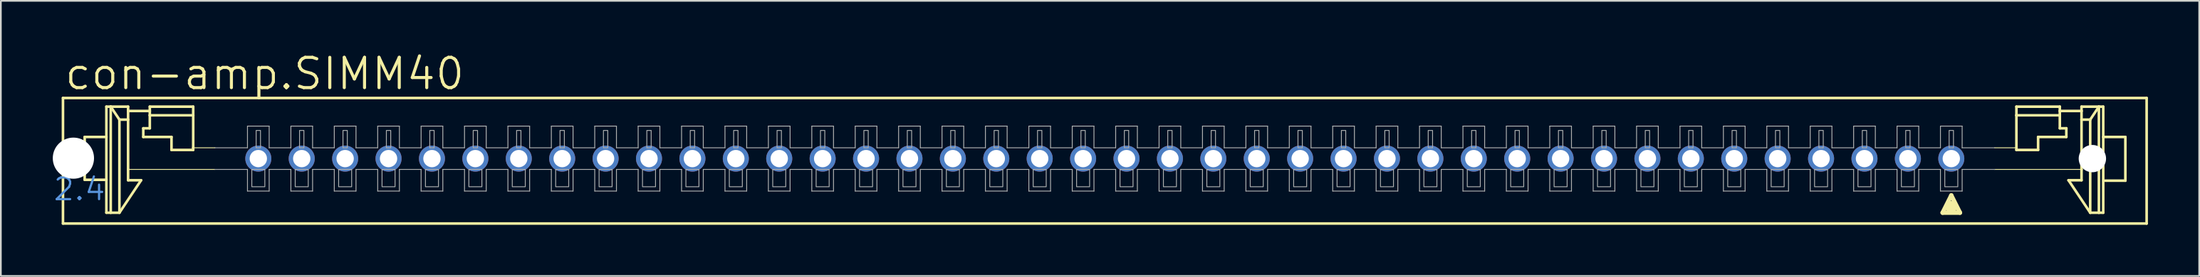
<source format=kicad_pcb>
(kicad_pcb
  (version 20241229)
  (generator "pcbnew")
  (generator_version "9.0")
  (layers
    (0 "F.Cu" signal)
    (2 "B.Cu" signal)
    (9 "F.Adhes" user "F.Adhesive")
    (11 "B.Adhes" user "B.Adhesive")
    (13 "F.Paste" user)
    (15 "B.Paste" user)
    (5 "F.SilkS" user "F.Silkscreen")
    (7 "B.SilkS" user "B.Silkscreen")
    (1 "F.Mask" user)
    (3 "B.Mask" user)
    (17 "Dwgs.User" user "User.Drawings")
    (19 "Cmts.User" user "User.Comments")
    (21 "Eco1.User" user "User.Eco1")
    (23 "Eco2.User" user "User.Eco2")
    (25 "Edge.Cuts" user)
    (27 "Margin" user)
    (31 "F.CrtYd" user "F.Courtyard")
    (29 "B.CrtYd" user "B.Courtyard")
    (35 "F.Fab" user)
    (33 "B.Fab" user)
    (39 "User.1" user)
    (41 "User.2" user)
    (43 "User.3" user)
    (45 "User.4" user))
  (footprint "con-amp.SIMM40"
    (layer "F.Cu")
    (at 61.595 6.255)
    (property "Reference" "con-amp.SIMM40" (at -60.96 -3.937 0) (layer "F.SilkS") (effects (font (size 1.778 1.778) (thickness 0.18)) (justify left bottom)))
    (attr through_hole)
    (fp_line (start -60.96 -3.556) (end -60.96 3.81) (stroke (width 0.152) (type default)) (layer "F.SilkS"))
    (fp_line (start -60.96 3.81) (end 60.96 3.81) (stroke (width 0.152) (type default)) (layer "F.SilkS"))
    (fp_line (start -59.69 -1.27) (end -59.69 1.245) (stroke (width 0.152) (type default)) (layer "F.SilkS"))
    (fp_line (start -59.69 1.245) (end -58.42 1.245) (stroke (width 0.152) (type default)) (layer "F.SilkS"))
    (fp_line (start -58.42 -3.048) (end -58.42 3.175) (stroke (width 0.152) (type default)) (layer "F.SilkS"))
    (fp_line (start -58.42 -3.048) (end -58.166 -3.048) (stroke (width 0.152) (type default)) (layer "F.SilkS"))
    (fp_line (start -58.42 -1.27) (end -59.69 -1.27) (stroke (width 0.152) (type default)) (layer "F.SilkS"))
    (fp_line (start -58.166 -3.048) (end -58.166 3.175) (stroke (width 0.152) (type default)) (layer "F.SilkS"))
    (fp_line (start -58.166 -3.048) (end -57.658 -2.286) (stroke (width 0.152) (type default)) (layer "F.SilkS"))
    (fp_line (start -58.166 -3.048) (end -57.15 -3.048) (stroke (width 0.152) (type default)) (layer "F.SilkS"))
    (fp_line (start -58.166 3.175) (end -58.42 3.175) (stroke (width 0.152) (type default)) (layer "F.SilkS"))
    (fp_line (start -57.658 3.175) (end -58.166 3.175) (stroke (width 0.152) (type default)) (layer "F.SilkS"))
    (fp_line (start -57.658 3.175) (end -57.658 -2.286) (stroke (width 0.152) (type default)) (layer "F.SilkS"))
    (fp_line (start -57.15 -3.048) (end -57.15 -2.794) (stroke (width 0.152) (type default)) (layer "F.SilkS"))
    (fp_line (start -57.15 -2.794) (end -57.15 -2.286) (stroke (width 0.152) (type default)) (layer "F.SilkS"))
    (fp_line (start -57.15 -2.794) (end -55.88 -2.794) (stroke (width 0.152) (type default)) (layer "F.SilkS"))
    (fp_line (start -57.15 -2.286) (end -57.658 -2.286) (stroke (width 0.152) (type default)) (layer "F.SilkS"))
    (fp_line (start -57.15 0.635) (end -57.15 -2.286) (stroke (width 0.152) (type default)) (layer "F.SilkS"))
    (fp_line (start -57.15 1.27) (end -57.15 0.635) (stroke (width 0.152) (type default)) (layer "F.SilkS"))
    (fp_line (start -57.15 1.27) (end -56.388 1.27) (stroke (width 0.152) (type default)) (layer "F.SilkS"))
    (fp_line (start -56.388 1.27) (end -57.658 3.175) (stroke (width 0.152) (type default)) (layer "F.SilkS"))
    (fp_line (start -56.261 -1.778) (end -55.88 -1.778) (stroke (width 0.152) (type default)) (layer "F.SilkS"))
    (fp_line (start -56.261 -1.27) (end -56.261 -1.778) (stroke (width 0.152) (type default)) (layer "F.SilkS"))
    (fp_line (start -55.88 -3.048) (end -53.34 -3.048) (stroke (width 0.152) (type default)) (layer "F.SilkS"))
    (fp_line (start -55.88 -2.794) (end -55.88 -3.048) (stroke (width 0.152) (type default)) (layer "F.SilkS"))
    (fp_line (start -55.88 -2.54) (end -55.88 -2.794) (stroke (width 0.152) (type default)) (layer "F.SilkS"))
    (fp_line (start -55.88 -2.54) (end -53.34 -2.54) (stroke (width 0.152) (type default)) (layer "F.SilkS"))
    (fp_line (start -55.88 -1.778) (end -55.88 -2.54) (stroke (width 0.152) (type default)) (layer "F.SilkS"))
    (fp_line (start -54.61 -1.27) (end -56.261 -1.27) (stroke (width 0.152) (type default)) (layer "F.SilkS"))
    (fp_line (start -54.61 -0.508) (end -54.61 -1.27) (stroke (width 0.152) (type default)) (layer "F.SilkS"))
    (fp_line (start -53.34 -3.048) (end -53.34 -2.54) (stroke (width 0.152) (type default)) (layer "F.SilkS"))
    (fp_line (start -53.34 -2.54) (end -53.34 -0.635) (stroke (width 0.152) (type default)) (layer "F.SilkS"))
    (fp_line (start -53.34 -0.635) (end -53.34 -0.508) (stroke (width 0.152) (type default)) (layer "F.SilkS"))
    (fp_line (start -53.34 -0.508) (end -54.61 -0.508) (stroke (width 0.152) (type default)) (layer "F.SilkS"))
    (fp_line (start -52.07 -0.635) (end -53.34 -0.635) (stroke (width 0.051) (type default)) (layer "F.SilkS"))
    (fp_line (start -52.07 0.635) (end -57.15 0.635) (stroke (width 0.051) (type default)) (layer "F.SilkS"))
    (fp_line (start 49.022 3.175) (end 50.038 3.175) (stroke (width 0.254) (type default)) (layer "F.SilkS"))
    (fp_line (start 49.53 2.159) (end 49.022 3.175) (stroke (width 0.254) (type default)) (layer "F.SilkS"))
    (fp_line (start 49.53 2.794) (end 49.53 2.921) (stroke (width 0.61) (type default)) (layer "F.SilkS"))
    (fp_line (start 50.038 3.175) (end 49.53 2.159) (stroke (width 0.254) (type default)) (layer "F.SilkS"))
    (fp_line (start 52.07 0.635) (end 57.15 0.635) (stroke (width 0.051) (type default)) (layer "F.SilkS"))
    (fp_line (start 53.34 -3.048) (end 53.34 -2.54) (stroke (width 0.152) (type default)) (layer "F.SilkS"))
    (fp_line (start 53.34 -2.54) (end 53.34 -0.635) (stroke (width 0.152) (type default)) (layer "F.SilkS"))
    (fp_line (start 53.34 -0.635) (end 52.07 -0.635) (stroke (width 0.051) (type default)) (layer "F.SilkS"))
    (fp_line (start 53.34 -0.635) (end 53.34 -0.508) (stroke (width 0.152) (type default)) (layer "F.SilkS"))
    (fp_line (start 53.34 -0.508) (end 54.61 -0.508) (stroke (width 0.152) (type default)) (layer "F.SilkS"))
    (fp_line (start 54.61 -1.27) (end 56.261 -1.27) (stroke (width 0.152) (type default)) (layer "F.SilkS"))
    (fp_line (start 54.61 -0.508) (end 54.61 -1.27) (stroke (width 0.152) (type default)) (layer "F.SilkS"))
    (fp_line (start 55.88 -3.048) (end 53.34 -3.048) (stroke (width 0.152) (type default)) (layer "F.SilkS"))
    (fp_line (start 55.88 -2.794) (end 55.88 -3.048) (stroke (width 0.152) (type default)) (layer "F.SilkS"))
    (fp_line (start 55.88 -2.54) (end 53.34 -2.54) (stroke (width 0.152) (type default)) (layer "F.SilkS"))
    (fp_line (start 55.88 -2.54) (end 55.88 -2.794) (stroke (width 0.152) (type default)) (layer "F.SilkS"))
    (fp_line (start 55.88 -1.778) (end 55.88 -2.54) (stroke (width 0.152) (type default)) (layer "F.SilkS"))
    (fp_line (start 56.261 -1.778) (end 55.88 -1.778) (stroke (width 0.152) (type default)) (layer "F.SilkS"))
    (fp_line (start 56.261 -1.27) (end 56.261 -1.778) (stroke (width 0.152) (type default)) (layer "F.SilkS"))
    (fp_line (start 56.388 1.27) (end 57.658 3.175) (stroke (width 0.152) (type default)) (layer "F.SilkS"))
    (fp_line (start 57.15 -3.048) (end 57.15 -2.794) (stroke (width 0.152) (type default)) (layer "F.SilkS"))
    (fp_line (start 57.15 -2.794) (end 55.88 -2.794) (stroke (width 0.152) (type default)) (layer "F.SilkS"))
    (fp_line (start 57.15 -2.794) (end 57.15 -2.286) (stroke (width 0.152) (type default)) (layer "F.SilkS"))
    (fp_line (start 57.15 -2.286) (end 57.15 0.635) (stroke (width 0.152) (type default)) (layer "F.SilkS"))
    (fp_line (start 57.15 -2.286) (end 57.658 -2.286) (stroke (width 0.152) (type default)) (layer "F.SilkS"))
    (fp_line (start 57.15 0.635) (end 57.15 1.27) (stroke (width 0.152) (type default)) (layer "F.SilkS"))
    (fp_line (start 57.15 1.27) (end 56.388 1.27) (stroke (width 0.152) (type default)) (layer "F.SilkS"))
    (fp_line (start 57.658 3.175) (end 57.658 -2.286) (stroke (width 0.152) (type default)) (layer "F.SilkS"))
    (fp_line (start 57.658 3.175) (end 58.166 3.175) (stroke (width 0.152) (type default)) (layer "F.SilkS"))
    (fp_line (start 58.166 -3.048) (end 57.15 -3.048) (stroke (width 0.152) (type default)) (layer "F.SilkS"))
    (fp_line (start 58.166 -3.048) (end 57.658 -2.286) (stroke (width 0.152) (type default)) (layer "F.SilkS"))
    (fp_line (start 58.166 -3.048) (end 58.166 3.175) (stroke (width 0.152) (type default)) (layer "F.SilkS"))
    (fp_line (start 58.166 3.175) (end 58.42 3.175) (stroke (width 0.152) (type default)) (layer "F.SilkS"))
    (fp_line (start 58.42 -3.048) (end 58.166 -3.048) (stroke (width 0.152) (type default)) (layer "F.SilkS"))
    (fp_line (start 58.42 -3.048) (end 58.42 3.175) (stroke (width 0.152) (type default)) (layer "F.SilkS"))
    (fp_line (start 58.42 -1.27) (end 59.715 -1.27) (stroke (width 0.152) (type default)) (layer "F.SilkS"))
    (fp_line (start 59.715 -1.27) (end 59.715 1.295) (stroke (width 0.152) (type default)) (layer "F.SilkS"))
    (fp_line (start 59.715 1.295) (end 58.522 1.295) (stroke (width 0.152) (type default)) (layer "F.SilkS"))
    (fp_line (start 60.96 -3.556) (end -60.96 -3.556) (stroke (width 0.152) (type default)) (layer "F.SilkS"))
    (fp_line (start 60.96 3.81) (end 60.96 -3.556) (stroke (width 0.152) (type default)) (layer "F.SilkS"))
    (fp_line (start -50.165 -0.635) (end -52.07 -0.635) (stroke (width 0.051) (type default)) (layer "F.Fab"))
    (fp_line (start -50.165 -0.635) (end -50.165 -1.905) (stroke (width 0.051) (type default)) (layer "F.Fab"))
    (fp_line (start -50.165 0.635) (end -52.07 0.635) (stroke (width 0.051) (type default)) (layer "F.Fab"))
    (fp_line (start -50.165 0.635) (end -50.165 1.905) (stroke (width 0.051) (type default)) (layer "F.Fab"))
    (fp_line (start -48.895 -1.905) (end -50.165 -1.905) (stroke (width 0.051) (type default)) (layer "F.Fab"))
    (fp_line (start -48.895 -1.905) (end -48.895 -0.635) (stroke (width 0.051) (type default)) (layer "F.Fab"))
    (fp_line (start -48.895 1.905) (end -50.165 1.905) (stroke (width 0.051) (type default)) (layer "F.Fab"))
    (fp_line (start -48.895 1.905) (end -48.895 0.635) (stroke (width 0.051) (type default)) (layer "F.Fab"))
    (fp_line (start -47.625 -0.635) (end -48.895 -0.635) (stroke (width 0.051) (type default)) (layer "F.Fab"))
    (fp_line (start -47.625 -0.635) (end -47.625 -1.905) (stroke (width 0.051) (type default)) (layer "F.Fab"))
    (fp_line (start -47.625 0.635) (end -48.895 0.635) (stroke (width 0.051) (type default)) (layer "F.Fab"))
    (fp_line (start -47.625 0.635) (end -47.625 1.905) (stroke (width 0.051) (type default)) (layer "F.Fab"))
    (fp_line (start -46.355 -1.905) (end -47.625 -1.905) (stroke (width 0.051) (type default)) (layer "F.Fab"))
    (fp_line (start -46.355 -1.905) (end -46.355 -0.635) (stroke (width 0.051) (type default)) (layer "F.Fab"))
    (fp_line (start -46.355 1.905) (end -47.625 1.905) (stroke (width 0.051) (type default)) (layer "F.Fab"))
    (fp_line (start -46.355 1.905) (end -46.355 0.635) (stroke (width 0.051) (type default)) (layer "F.Fab"))
    (fp_line (start -45.085 -0.635) (end -46.355 -0.635) (stroke (width 0.051) (type default)) (layer "F.Fab"))
    (fp_line (start -45.085 -0.635) (end -45.085 -1.905) (stroke (width 0.051) (type default)) (layer "F.Fab"))
    (fp_line (start -45.085 0.635) (end -46.355 0.635) (stroke (width 0.051) (type default)) (layer "F.Fab"))
    (fp_line (start -45.085 0.635) (end -45.085 1.905) (stroke (width 0.051) (type default)) (layer "F.Fab"))
    (fp_line (start -43.815 -1.905) (end -45.085 -1.905) (stroke (width 0.051) (type default)) (layer "F.Fab"))
    (fp_line (start -43.815 -1.905) (end -43.815 -0.635) (stroke (width 0.051) (type default)) (layer "F.Fab"))
    (fp_line (start -43.815 1.905) (end -45.085 1.905) (stroke (width 0.051) (type default)) (layer "F.Fab"))
    (fp_line (start -43.815 1.905) (end -43.815 0.635) (stroke (width 0.051) (type default)) (layer "F.Fab"))
    (fp_line (start -42.545 -0.635) (end -43.815 -0.635) (stroke (width 0.051) (type default)) (layer "F.Fab"))
    (fp_line (start -42.545 -0.635) (end -42.545 -1.905) (stroke (width 0.051) (type default)) (layer "F.Fab"))
    (fp_line (start -42.545 0.635) (end -43.815 0.635) (stroke (width 0.051) (type default)) (layer "F.Fab"))
    (fp_line (start -42.545 0.635) (end -42.545 1.905) (stroke (width 0.051) (type default)) (layer "F.Fab"))
    (fp_line (start -41.275 -1.905) (end -42.545 -1.905) (stroke (width 0.051) (type default)) (layer "F.Fab"))
    (fp_line (start -41.275 -1.905) (end -41.275 -0.635) (stroke (width 0.051) (type default)) (layer "F.Fab"))
    (fp_line (start -41.275 1.905) (end -42.545 1.905) (stroke (width 0.051) (type default)) (layer "F.Fab"))
    (fp_line (start -41.275 1.905) (end -41.275 0.635) (stroke (width 0.051) (type default)) (layer "F.Fab"))
    (fp_line (start -40.005 -0.635) (end -41.275 -0.635) (stroke (width 0.051) (type default)) (layer "F.Fab"))
    (fp_line (start -40.005 -0.635) (end -40.005 -1.905) (stroke (width 0.051) (type default)) (layer "F.Fab"))
    (fp_line (start -40.005 0.635) (end -41.275 0.635) (stroke (width 0.051) (type default)) (layer "F.Fab"))
    (fp_line (start -40.005 0.635) (end -40.005 1.905) (stroke (width 0.051) (type default)) (layer "F.Fab"))
    (fp_line (start -38.735 -1.905) (end -40.005 -1.905) (stroke (width 0.051) (type default)) (layer "F.Fab"))
    (fp_line (start -38.735 -1.905) (end -38.735 -0.635) (stroke (width 0.051) (type default)) (layer "F.Fab"))
    (fp_line (start -38.735 1.905) (end -40.005 1.905) (stroke (width 0.051) (type default)) (layer "F.Fab"))
    (fp_line (start -38.735 1.905) (end -38.735 0.635) (stroke (width 0.051) (type default)) (layer "F.Fab"))
    (fp_line (start -37.465 -0.635) (end -38.735 -0.635) (stroke (width 0.051) (type default)) (layer "F.Fab"))
    (fp_line (start -37.465 -0.635) (end -37.465 -1.905) (stroke (width 0.051) (type default)) (layer "F.Fab"))
    (fp_line (start -37.465 0.635) (end -38.735 0.635) (stroke (width 0.051) (type default)) (layer "F.Fab"))
    (fp_line (start -37.465 0.635) (end -37.465 1.905) (stroke (width 0.051) (type default)) (layer "F.Fab"))
    (fp_line (start -36.195 -1.905) (end -37.465 -1.905) (stroke (width 0.051) (type default)) (layer "F.Fab"))
    (fp_line (start -36.195 -1.905) (end -36.195 -0.635) (stroke (width 0.051) (type default)) (layer "F.Fab"))
    (fp_line (start -36.195 1.905) (end -37.465 1.905) (stroke (width 0.051) (type default)) (layer "F.Fab"))
    (fp_line (start -36.195 1.905) (end -36.195 0.635) (stroke (width 0.051) (type default)) (layer "F.Fab"))
    (fp_line (start -34.925 -0.635) (end -36.195 -0.635) (stroke (width 0.051) (type default)) (layer "F.Fab"))
    (fp_line (start -34.925 -0.635) (end -34.925 -1.905) (stroke (width 0.051) (type default)) (layer "F.Fab"))
    (fp_line (start -34.925 0.635) (end -36.195 0.635) (stroke (width 0.051) (type default)) (layer "F.Fab"))
    (fp_line (start -34.925 0.635) (end -34.925 1.905) (stroke (width 0.051) (type default)) (layer "F.Fab"))
    (fp_line (start -33.655 -1.905) (end -34.925 -1.905) (stroke (width 0.051) (type default)) (layer "F.Fab"))
    (fp_line (start -33.655 -1.905) (end -33.655 -0.635) (stroke (width 0.051) (type default)) (layer "F.Fab"))
    (fp_line (start -33.655 1.905) (end -34.925 1.905) (stroke (width 0.051) (type default)) (layer "F.Fab"))
    (fp_line (start -33.655 1.905) (end -33.655 0.635) (stroke (width 0.051) (type default)) (layer "F.Fab"))
    (fp_line (start -32.385 -0.635) (end -33.655 -0.635) (stroke (width 0.051) (type default)) (layer "F.Fab"))
    (fp_line (start -32.385 -0.635) (end -32.385 -1.905) (stroke (width 0.051) (type default)) (layer "F.Fab"))
    (fp_line (start -32.385 0.635) (end -33.655 0.635) (stroke (width 0.051) (type default)) (layer "F.Fab"))
    (fp_line (start -32.385 0.635) (end -32.385 1.905) (stroke (width 0.051) (type default)) (layer "F.Fab"))
    (fp_line (start -31.115 -1.905) (end -32.385 -1.905) (stroke (width 0.051) (type default)) (layer "F.Fab"))
    (fp_line (start -31.115 -1.905) (end -31.115 -0.635) (stroke (width 0.051) (type default)) (layer "F.Fab"))
    (fp_line (start -31.115 1.905) (end -32.385 1.905) (stroke (width 0.051) (type default)) (layer "F.Fab"))
    (fp_line (start -31.115 1.905) (end -31.115 0.635) (stroke (width 0.051) (type default)) (layer "F.Fab"))
    (fp_line (start -29.845 -0.635) (end -31.115 -0.635) (stroke (width 0.051) (type default)) (layer "F.Fab"))
    (fp_line (start -29.845 -0.635) (end -29.845 -1.905) (stroke (width 0.051) (type default)) (layer "F.Fab"))
    (fp_line (start -29.845 0.635) (end -31.115 0.635) (stroke (width 0.051) (type default)) (layer "F.Fab"))
    (fp_line (start -29.845 0.635) (end -29.845 1.905) (stroke (width 0.051) (type default)) (layer "F.Fab"))
    (fp_line (start -28.575 -1.905) (end -29.845 -1.905) (stroke (width 0.051) (type default)) (layer "F.Fab"))
    (fp_line (start -28.575 -1.905) (end -28.575 -0.635) (stroke (width 0.051) (type default)) (layer "F.Fab"))
    (fp_line (start -28.575 1.905) (end -29.845 1.905) (stroke (width 0.051) (type default)) (layer "F.Fab"))
    (fp_line (start -28.575 1.905) (end -28.575 0.635) (stroke (width 0.051) (type default)) (layer "F.Fab"))
    (fp_line (start -27.305 -0.635) (end -28.575 -0.635) (stroke (width 0.051) (type default)) (layer "F.Fab"))
    (fp_line (start -27.305 -0.635) (end -27.305 -1.905) (stroke (width 0.051) (type default)) (layer "F.Fab"))
    (fp_line (start -27.305 0.635) (end -28.575 0.635) (stroke (width 0.051) (type default)) (layer "F.Fab"))
    (fp_line (start -27.305 0.635) (end -27.305 1.905) (stroke (width 0.051) (type default)) (layer "F.Fab"))
    (fp_line (start -26.035 -1.905) (end -27.305 -1.905) (stroke (width 0.051) (type default)) (layer "F.Fab"))
    (fp_line (start -26.035 -1.905) (end -26.035 -0.635) (stroke (width 0.051) (type default)) (layer "F.Fab"))
    (fp_line (start -26.035 1.905) (end -27.305 1.905) (stroke (width 0.051) (type default)) (layer "F.Fab"))
    (fp_line (start -26.035 1.905) (end -26.035 0.635) (stroke (width 0.051) (type default)) (layer "F.Fab"))
    (fp_line (start -24.765 -0.635) (end -26.035 -0.635) (stroke (width 0.051) (type default)) (layer "F.Fab"))
    (fp_line (start -24.765 -0.635) (end -24.765 -1.905) (stroke (width 0.051) (type default)) (layer "F.Fab"))
    (fp_line (start -24.765 0.635) (end -26.035 0.635) (stroke (width 0.051) (type default)) (layer "F.Fab"))
    (fp_line (start -24.765 0.635) (end -24.765 1.905) (stroke (width 0.051) (type default)) (layer "F.Fab"))
    (fp_line (start -23.495 -1.905) (end -24.765 -1.905) (stroke (width 0.051) (type default)) (layer "F.Fab"))
    (fp_line (start -23.495 -1.905) (end -23.495 -0.635) (stroke (width 0.051) (type default)) (layer "F.Fab"))
    (fp_line (start -23.495 1.905) (end -24.765 1.905) (stroke (width 0.051) (type default)) (layer "F.Fab"))
    (fp_line (start -23.495 1.905) (end -23.495 0.635) (stroke (width 0.051) (type default)) (layer "F.Fab"))
    (fp_line (start -22.225 -0.635) (end -23.495 -0.635) (stroke (width 0.051) (type default)) (layer "F.Fab"))
    (fp_line (start -22.225 -0.635) (end -22.225 -1.905) (stroke (width 0.051) (type default)) (layer "F.Fab"))
    (fp_line (start -22.225 0.635) (end -23.495 0.635) (stroke (width 0.051) (type default)) (layer "F.Fab"))
    (fp_line (start -22.225 0.635) (end -22.225 1.905) (stroke (width 0.051) (type default)) (layer "F.Fab"))
    (fp_line (start -20.955 -1.905) (end -22.225 -1.905) (stroke (width 0.051) (type default)) (layer "F.Fab"))
    (fp_line (start -20.955 -1.905) (end -20.955 -0.635) (stroke (width 0.051) (type default)) (layer "F.Fab"))
    (fp_line (start -20.955 1.905) (end -22.225 1.905) (stroke (width 0.051) (type default)) (layer "F.Fab"))
    (fp_line (start -20.955 1.905) (end -20.955 0.635) (stroke (width 0.051) (type default)) (layer "F.Fab"))
    (fp_line (start -19.685 -0.635) (end -20.955 -0.635) (stroke (width 0.051) (type default)) (layer "F.Fab"))
    (fp_line (start -19.685 -0.635) (end -19.685 -1.905) (stroke (width 0.051) (type default)) (layer "F.Fab"))
    (fp_line (start -19.685 0.635) (end -20.955 0.635) (stroke (width 0.051) (type default)) (layer "F.Fab"))
    (fp_line (start -19.685 0.635) (end -19.685 1.905) (stroke (width 0.051) (type default)) (layer "F.Fab"))
    (fp_line (start -18.415 -1.905) (end -19.685 -1.905) (stroke (width 0.051) (type default)) (layer "F.Fab"))
    (fp_line (start -18.415 -1.905) (end -18.415 -0.635) (stroke (width 0.051) (type default)) (layer "F.Fab"))
    (fp_line (start -18.415 1.905) (end -19.685 1.905) (stroke (width 0.051) (type default)) (layer "F.Fab"))
    (fp_line (start -18.415 1.905) (end -18.415 0.635) (stroke (width 0.051) (type default)) (layer "F.Fab"))
    (fp_line (start -17.145 -0.635) (end -18.415 -0.635) (stroke (width 0.051) (type default)) (layer "F.Fab"))
    (fp_line (start -17.145 -0.635) (end -17.145 -1.905) (stroke (width 0.051) (type default)) (layer "F.Fab"))
    (fp_line (start -17.145 0.635) (end -18.415 0.635) (stroke (width 0.051) (type default)) (layer "F.Fab"))
    (fp_line (start -17.145 0.635) (end -17.145 1.905) (stroke (width 0.051) (type default)) (layer "F.Fab"))
    (fp_line (start -15.875 -1.905) (end -17.145 -1.905) (stroke (width 0.051) (type default)) (layer "F.Fab"))
    (fp_line (start -15.875 -1.905) (end -15.875 -0.635) (stroke (width 0.051) (type default)) (layer "F.Fab"))
    (fp_line (start -15.875 1.905) (end -17.145 1.905) (stroke (width 0.051) (type default)) (layer "F.Fab"))
    (fp_line (start -15.875 1.905) (end -15.875 0.635) (stroke (width 0.051) (type default)) (layer "F.Fab"))
    (fp_line (start -14.605 -0.635) (end -15.875 -0.635) (stroke (width 0.051) (type default)) (layer "F.Fab"))
    (fp_line (start -14.605 -0.635) (end -14.605 -1.905) (stroke (width 0.051) (type default)) (layer "F.Fab"))
    (fp_line (start -14.605 0.635) (end -15.875 0.635) (stroke (width 0.051) (type default)) (layer "F.Fab"))
    (fp_line (start -14.605 0.635) (end -14.605 1.905) (stroke (width 0.051) (type default)) (layer "F.Fab"))
    (fp_line (start -13.335 -1.905) (end -14.605 -1.905) (stroke (width 0.051) (type default)) (layer "F.Fab"))
    (fp_line (start -13.335 -1.905) (end -13.335 -0.635) (stroke (width 0.051) (type default)) (layer "F.Fab"))
    (fp_line (start -13.335 1.905) (end -14.605 1.905) (stroke (width 0.051) (type default)) (layer "F.Fab"))
    (fp_line (start -13.335 1.905) (end -13.335 0.635) (stroke (width 0.051) (type default)) (layer "F.Fab"))
    (fp_line (start -12.065 -0.635) (end -13.335 -0.635) (stroke (width 0.051) (type default)) (layer "F.Fab"))
    (fp_line (start -12.065 -0.635) (end -12.065 -1.905) (stroke (width 0.051) (type default)) (layer "F.Fab"))
    (fp_line (start -12.065 0.635) (end -13.335 0.635) (stroke (width 0.051) (type default)) (layer "F.Fab"))
    (fp_line (start -12.065 0.635) (end -12.065 1.905) (stroke (width 0.051) (type default)) (layer "F.Fab"))
    (fp_line (start -10.795 -1.905) (end -12.065 -1.905) (stroke (width 0.051) (type default)) (layer "F.Fab"))
    (fp_line (start -10.795 -1.905) (end -10.795 -0.635) (stroke (width 0.051) (type default)) (layer "F.Fab"))
    (fp_line (start -10.795 1.905) (end -12.065 1.905) (stroke (width 0.051) (type default)) (layer "F.Fab"))
    (fp_line (start -10.795 1.905) (end -10.795 0.635) (stroke (width 0.051) (type default)) (layer "F.Fab"))
    (fp_line (start -9.525 -0.635) (end -10.795 -0.635) (stroke (width 0.051) (type default)) (layer "F.Fab"))
    (fp_line (start -9.525 -0.635) (end -9.525 -1.905) (stroke (width 0.051) (type default)) (layer "F.Fab"))
    (fp_line (start -9.525 0.635) (end -10.795 0.635) (stroke (width 0.051) (type default)) (layer "F.Fab"))
    (fp_line (start -9.525 0.635) (end -9.525 1.905) (stroke (width 0.051) (type default)) (layer "F.Fab"))
    (fp_line (start -8.255 -1.905) (end -9.525 -1.905) (stroke (width 0.051) (type default)) (layer "F.Fab"))
    (fp_line (start -8.255 -1.905) (end -8.255 -0.635) (stroke (width 0.051) (type default)) (layer "F.Fab"))
    (fp_line (start -8.255 1.905) (end -9.525 1.905) (stroke (width 0.051) (type default)) (layer "F.Fab"))
    (fp_line (start -8.255 1.905) (end -8.255 0.635) (stroke (width 0.051) (type default)) (layer "F.Fab"))
    (fp_line (start -6.985 -0.635) (end -8.255 -0.635) (stroke (width 0.051) (type default)) (layer "F.Fab"))
    (fp_line (start -6.985 -0.635) (end -6.985 -1.905) (stroke (width 0.051) (type default)) (layer "F.Fab"))
    (fp_line (start -6.985 0.635) (end -8.255 0.635) (stroke (width 0.051) (type default)) (layer "F.Fab"))
    (fp_line (start -6.985 0.635) (end -6.985 1.905) (stroke (width 0.051) (type default)) (layer "F.Fab"))
    (fp_line (start -5.715 -1.905) (end -6.985 -1.905) (stroke (width 0.051) (type default)) (layer "F.Fab"))
    (fp_line (start -5.715 -1.905) (end -5.715 -0.635) (stroke (width 0.051) (type default)) (layer "F.Fab"))
    (fp_line (start -5.715 1.905) (end -6.985 1.905) (stroke (width 0.051) (type default)) (layer "F.Fab"))
    (fp_line (start -5.715 1.905) (end -5.715 0.635) (stroke (width 0.051) (type default)) (layer "F.Fab"))
    (fp_line (start -4.445 -1.905) (end -3.175 -1.905) (stroke (width 0.051) (type default)) (layer "F.Fab"))
    (fp_line (start -4.445 -0.635) (end -5.715 -0.635) (stroke (width 0.051) (type default)) (layer "F.Fab"))
    (fp_line (start -4.445 -0.635) (end -4.445 -1.905) (stroke (width 0.051) (type default)) (layer "F.Fab"))
    (fp_line (start -4.445 0.635) (end -5.715 0.635) (stroke (width 0.051) (type default)) (layer "F.Fab"))
    (fp_line (start -4.445 1.905) (end -4.445 0.635) (stroke (width 0.051) (type default)) (layer "F.Fab"))
    (fp_line (start -4.445 1.905) (end -3.175 1.905) (stroke (width 0.051) (type default)) (layer "F.Fab"))
    (fp_line (start -3.175 -1.905) (end -3.175 -0.635) (stroke (width 0.051) (type default)) (layer "F.Fab"))
    (fp_line (start -3.175 -0.635) (end -1.905 -0.635) (stroke (width 0.051) (type default)) (layer "F.Fab"))
    (fp_line (start -3.175 0.635) (end -1.905 0.635) (stroke (width 0.051) (type default)) (layer "F.Fab"))
    (fp_line (start -3.175 1.905) (end -3.175 0.635) (stroke (width 0.051) (type default)) (layer "F.Fab"))
    (fp_line (start -1.905 -1.905) (end -0.635 -1.905) (stroke (width 0.051) (type default)) (layer "F.Fab"))
    (fp_line (start -1.905 -0.635) (end -1.905 -1.905) (stroke (width 0.051) (type default)) (layer "F.Fab"))
    (fp_line (start -1.905 0.635) (end -1.905 1.905) (stroke (width 0.051) (type default)) (layer "F.Fab"))
    (fp_line (start -1.905 1.905) (end -0.635 1.905) (stroke (width 0.051) (type default)) (layer "F.Fab"))
    (fp_line (start -0.635 -1.905) (end -0.635 -0.635) (stroke (width 0.051) (type default)) (layer "F.Fab"))
    (fp_line (start -0.635 -0.635) (end 0.635 -0.635) (stroke (width 0.051) (type default)) (layer "F.Fab"))
    (fp_line (start -0.635 0.635) (end -0.635 1.905) (stroke (width 0.051) (type default)) (layer "F.Fab"))
    (fp_line (start -0.635 0.635) (end 0.635 0.635) (stroke (width 0.051) (type default)) (layer "F.Fab"))
    (fp_line (start 0.635 -0.635) (end 0.635 -1.905) (stroke (width 0.051) (type default)) (layer "F.Fab"))
    (fp_line (start 0.635 1.905) (end 0.635 0.635) (stroke (width 0.051) (type default)) (layer "F.Fab"))
    (fp_line (start 0.635 1.905) (end 1.905 1.905) (stroke (width 0.051) (type default)) (layer "F.Fab"))
    (fp_line (start 1.905 -1.905) (end 0.635 -1.905) (stroke (width 0.051) (type default)) (layer "F.Fab"))
    (fp_line (start 1.905 -1.905) (end 1.905 -0.635) (stroke (width 0.051) (type default)) (layer "F.Fab"))
    (fp_line (start 1.905 0.635) (end 3.175 0.635) (stroke (width 0.051) (type default)) (layer "F.Fab"))
    (fp_line (start 1.905 1.905) (end 1.905 0.635) (stroke (width 0.051) (type default)) (layer "F.Fab"))
    (fp_line (start 3.175 -0.635) (end 1.905 -0.635) (stroke (width 0.051) (type default)) (layer "F.Fab"))
    (fp_line (start 3.175 -0.635) (end 3.175 -1.905) (stroke (width 0.051) (type default)) (layer "F.Fab"))
    (fp_line (start 3.175 1.905) (end 3.175 0.635) (stroke (width 0.051) (type default)) (layer "F.Fab"))
    (fp_line (start 3.175 1.905) (end 4.445 1.905) (stroke (width 0.051) (type default)) (layer "F.Fab"))
    (fp_line (start 4.445 -1.905) (end 3.175 -1.905) (stroke (width 0.051) (type default)) (layer "F.Fab"))
    (fp_line (start 4.445 -1.905) (end 4.445 -0.635) (stroke (width 0.051) (type default)) (layer "F.Fab"))
    (fp_line (start 4.445 0.635) (end 5.715 0.635) (stroke (width 0.051) (type default)) (layer "F.Fab"))
    (fp_line (start 4.445 1.905) (end 4.445 0.635) (stroke (width 0.051) (type default)) (layer "F.Fab"))
    (fp_line (start 5.715 -0.635) (end 4.445 -0.635) (stroke (width 0.051) (type default)) (layer "F.Fab"))
    (fp_line (start 5.715 -0.635) (end 5.715 -1.905) (stroke (width 0.051) (type default)) (layer "F.Fab"))
    (fp_line (start 5.715 1.905) (end 5.715 0.635) (stroke (width 0.051) (type default)) (layer "F.Fab"))
    (fp_line (start 5.715 1.905) (end 6.985 1.905) (stroke (width 0.051) (type default)) (layer "F.Fab"))
    (fp_line (start 6.985 -1.905) (end 5.715 -1.905) (stroke (width 0.051) (type default)) (layer "F.Fab"))
    (fp_line (start 6.985 -1.905) (end 6.985 -0.635) (stroke (width 0.051) (type default)) (layer "F.Fab"))
    (fp_line (start 6.985 0.635) (end 8.255 0.635) (stroke (width 0.051) (type default)) (layer "F.Fab"))
    (fp_line (start 6.985 1.905) (end 6.985 0.635) (stroke (width 0.051) (type default)) (layer "F.Fab"))
    (fp_line (start 8.255 -0.635) (end 6.985 -0.635) (stroke (width 0.051) (type default)) (layer "F.Fab"))
    (fp_line (start 8.255 -0.635) (end 8.255 -1.905) (stroke (width 0.051) (type default)) (layer "F.Fab"))
    (fp_line (start 8.255 1.905) (end 8.255 0.635) (stroke (width 0.051) (type default)) (layer "F.Fab"))
    (fp_line (start 8.255 1.905) (end 9.525 1.905) (stroke (width 0.051) (type default)) (layer "F.Fab"))
    (fp_line (start 9.525 -1.905) (end 8.255 -1.905) (stroke (width 0.051) (type default)) (layer "F.Fab"))
    (fp_line (start 9.525 -1.905) (end 9.525 -0.635) (stroke (width 0.051) (type default)) (layer "F.Fab"))
    (fp_line (start 9.525 -0.635) (end 10.795 -0.635) (stroke (width 0.051) (type default)) (layer "F.Fab"))
    (fp_line (start 9.525 0.635) (end 10.795 0.635) (stroke (width 0.051) (type default)) (layer "F.Fab"))
    (fp_line (start 9.525 1.905) (end 9.525 0.635) (stroke (width 0.051) (type default)) (layer "F.Fab"))
    (fp_line (start 10.795 -0.635) (end 10.795 -1.905) (stroke (width 0.051) (type default)) (layer "F.Fab"))
    (fp_line (start 10.795 1.905) (end 10.795 0.635) (stroke (width 0.051) (type default)) (layer "F.Fab"))
    (fp_line (start 10.795 1.905) (end 12.065 1.905) (stroke (width 0.051) (type default)) (layer "F.Fab"))
    (fp_line (start 12.065 -1.905) (end 10.795 -1.905) (stroke (width 0.051) (type default)) (layer "F.Fab"))
    (fp_line (start 12.065 -1.905) (end 12.065 -0.635) (stroke (width 0.051) (type default)) (layer "F.Fab"))
    (fp_line (start 12.065 0.635) (end 12.065 1.905) (stroke (width 0.051) (type default)) (layer "F.Fab"))
    (fp_line (start 12.065 0.635) (end 13.335 0.635) (stroke (width 0.051) (type default)) (layer "F.Fab"))
    (fp_line (start 13.335 -0.635) (end 12.065 -0.635) (stroke (width 0.051) (type default)) (layer "F.Fab"))
    (fp_line (start 13.335 -0.635) (end 13.335 -1.905) (stroke (width 0.051) (type default)) (layer "F.Fab"))
    (fp_line (start 13.335 1.905) (end 13.335 0.635) (stroke (width 0.051) (type default)) (layer "F.Fab"))
    (fp_line (start 13.335 1.905) (end 14.605 1.905) (stroke (width 0.051) (type default)) (layer "F.Fab"))
    (fp_line (start 14.605 -1.905) (end 13.335 -1.905) (stroke (width 0.051) (type default)) (layer "F.Fab"))
    (fp_line (start 14.605 -1.905) (end 14.605 -0.635) (stroke (width 0.051) (type default)) (layer "F.Fab"))
    (fp_line (start 14.605 0.635) (end 14.605 1.905) (stroke (width 0.051) (type default)) (layer "F.Fab"))
    (fp_line (start 14.605 0.635) (end 15.875 0.635) (stroke (width 0.051) (type default)) (layer "F.Fab"))
    (fp_line (start 15.875 -0.635) (end 14.605 -0.635) (stroke (width 0.051) (type default)) (layer "F.Fab"))
    (fp_line (start 15.875 -0.635) (end 15.875 -1.905) (stroke (width 0.051) (type default)) (layer "F.Fab"))
    (fp_line (start 15.875 0.635) (end 15.875 1.905) (stroke (width 0.051) (type default)) (layer "F.Fab"))
    (fp_line (start 15.875 1.905) (end 17.145 1.905) (stroke (width 0.051) (type default)) (layer "F.Fab"))
    (fp_line (start 17.145 -1.905) (end 15.875 -1.905) (stroke (width 0.051) (type default)) (layer "F.Fab"))
    (fp_line (start 17.145 -1.905) (end 17.145 -0.635) (stroke (width 0.051) (type default)) (layer "F.Fab"))
    (fp_line (start 17.145 0.635) (end 17.145 1.905) (stroke (width 0.051) (type default)) (layer "F.Fab"))
    (fp_line (start 17.145 0.635) (end 18.415 0.635) (stroke (width 0.051) (type default)) (layer "F.Fab"))
    (fp_line (start 18.415 -0.635) (end 17.145 -0.635) (stroke (width 0.051) (type default)) (layer "F.Fab"))
    (fp_line (start 18.415 -0.635) (end 18.415 -1.905) (stroke (width 0.051) (type default)) (layer "F.Fab"))
    (fp_line (start 18.415 1.905) (end 18.415 0.635) (stroke (width 0.051) (type default)) (layer "F.Fab"))
    (fp_line (start 18.415 1.905) (end 19.685 1.905) (stroke (width 0.051) (type default)) (layer "F.Fab"))
    (fp_line (start 19.685 -1.905) (end 18.415 -1.905) (stroke (width 0.051) (type default)) (layer "F.Fab"))
    (fp_line (start 19.685 -1.905) (end 19.685 -0.635) (stroke (width 0.051) (type default)) (layer "F.Fab"))
    (fp_line (start 19.685 0.635) (end 19.685 1.905) (stroke (width 0.051) (type default)) (layer "F.Fab"))
    (fp_line (start 19.685 0.635) (end 20.955 0.635) (stroke (width 0.051) (type default)) (layer "F.Fab"))
    (fp_line (start 20.955 -0.635) (end 19.685 -0.635) (stroke (width 0.051) (type default)) (layer "F.Fab"))
    (fp_line (start 20.955 -0.635) (end 20.955 -1.905) (stroke (width 0.051) (type default)) (layer "F.Fab"))
    (fp_line (start 20.955 1.905) (end 20.955 0.635) (stroke (width 0.051) (type default)) (layer "F.Fab"))
    (fp_line (start 20.955 1.905) (end 22.225 1.905) (stroke (width 0.051) (type default)) (layer "F.Fab"))
    (fp_line (start 22.225 -1.905) (end 20.955 -1.905) (stroke (width 0.051) (type default)) (layer "F.Fab"))
    (fp_line (start 22.225 -1.905) (end 22.225 -0.635) (stroke (width 0.051) (type default)) (layer "F.Fab"))
    (fp_line (start 22.225 0.635) (end 22.225 1.905) (stroke (width 0.051) (type default)) (layer "F.Fab"))
    (fp_line (start 22.225 0.635) (end 23.495 0.635) (stroke (width 0.051) (type default)) (layer "F.Fab"))
    (fp_line (start 23.495 -0.635) (end 22.225 -0.635) (stroke (width 0.051) (type default)) (layer "F.Fab"))
    (fp_line (start 23.495 -0.635) (end 23.495 -1.905) (stroke (width 0.051) (type default)) (layer "F.Fab"))
    (fp_line (start 23.495 1.905) (end 23.495 0.635) (stroke (width 0.051) (type default)) (layer "F.Fab"))
    (fp_line (start 23.495 1.905) (end 24.765 1.905) (stroke (width 0.051) (type default)) (layer "F.Fab"))
    (fp_line (start 24.765 -1.905) (end 23.495 -1.905) (stroke (width 0.051) (type default)) (layer "F.Fab"))
    (fp_line (start 24.765 -1.905) (end 24.765 -0.635) (stroke (width 0.051) (type default)) (layer "F.Fab"))
    (fp_line (start 24.765 0.635) (end 26.035 0.635) (stroke (width 0.051) (type default)) (layer "F.Fab"))
    (fp_line (start 24.765 1.905) (end 24.765 0.635) (stroke (width 0.051) (type default)) (layer "F.Fab"))
    (fp_line (start 26.035 -0.635) (end 24.765 -0.635) (stroke (width 0.051) (type default)) (layer "F.Fab"))
    (fp_line (start 26.035 -0.635) (end 26.035 -1.905) (stroke (width 0.051) (type default)) (layer "F.Fab"))
    (fp_line (start 26.035 1.905) (end 26.035 0.635) (stroke (width 0.051) (type default)) (layer "F.Fab"))
    (fp_line (start 26.035 1.905) (end 27.305 1.905) (stroke (width 0.051) (type default)) (layer "F.Fab"))
    (fp_line (start 27.305 -1.905) (end 26.035 -1.905) (stroke (width 0.051) (type default)) (layer "F.Fab"))
    (fp_line (start 27.305 -1.905) (end 27.305 -0.635) (stroke (width 0.051) (type default)) (layer "F.Fab"))
    (fp_line (start 27.305 -0.635) (end 28.575 -0.635) (stroke (width 0.051) (type default)) (layer "F.Fab"))
    (fp_line (start 27.305 0.635) (end 28.575 0.635) (stroke (width 0.051) (type default)) (layer "F.Fab"))
    (fp_line (start 27.305 1.905) (end 27.305 0.635) (stroke (width 0.051) (type default)) (layer "F.Fab"))
    (fp_line (start 28.575 -0.635) (end 28.575 -1.905) (stroke (width 0.051) (type default)) (layer "F.Fab"))
    (fp_line (start 28.575 1.905) (end 28.575 0.635) (stroke (width 0.051) (type default)) (layer "F.Fab"))
    (fp_line (start 28.575 1.905) (end 29.845 1.905) (stroke (width 0.051) (type default)) (layer "F.Fab"))
    (fp_line (start 29.845 -1.905) (end 28.575 -1.905) (stroke (width 0.051) (type default)) (layer "F.Fab"))
    (fp_line (start 29.845 -1.905) (end 29.845 -0.635) (stroke (width 0.051) (type default)) (layer "F.Fab"))
    (fp_line (start 29.845 0.635) (end 29.845 1.905) (stroke (width 0.051) (type default)) (layer "F.Fab"))
    (fp_line (start 29.845 0.635) (end 31.115 0.635) (stroke (width 0.051) (type default)) (layer "F.Fab"))
    (fp_line (start 31.115 -0.635) (end 29.845 -0.635) (stroke (width 0.051) (type default)) (layer "F.Fab"))
    (fp_line (start 31.115 -0.635) (end 31.115 -1.905) (stroke (width 0.051) (type default)) (layer "F.Fab"))
    (fp_line (start 31.115 0.635) (end 31.115 1.905) (stroke (width 0.051) (type default)) (layer "F.Fab"))
    (fp_line (start 31.115 1.905) (end 32.385 1.905) (stroke (width 0.051) (type default)) (layer "F.Fab"))
    (fp_line (start 32.385 -1.905) (end 31.115 -1.905) (stroke (width 0.051) (type default)) (layer "F.Fab"))
    (fp_line (start 32.385 -1.905) (end 32.385 -0.635) (stroke (width 0.051) (type default)) (layer "F.Fab"))
    (fp_line (start 32.385 0.635) (end 32.385 1.905) (stroke (width 0.051) (type default)) (layer "F.Fab"))
    (fp_line (start 32.385 0.635) (end 33.655 0.635) (stroke (width 0.051) (type default)) (layer "F.Fab"))
    (fp_line (start 33.655 -0.635) (end 32.385 -0.635) (stroke (width 0.051) (type default)) (layer "F.Fab"))
    (fp_line (start 33.655 -0.635) (end 33.655 -1.905) (stroke (width 0.051) (type default)) (layer "F.Fab"))
    (fp_line (start 33.655 0.635) (end 33.655 1.905) (stroke (width 0.051) (type default)) (layer "F.Fab"))
    (fp_line (start 33.655 1.905) (end 34.925 1.905) (stroke (width 0.051) (type default)) (layer "F.Fab"))
    (fp_line (start 34.925 -1.905) (end 33.655 -1.905) (stroke (width 0.051) (type default)) (layer "F.Fab"))
    (fp_line (start 34.925 -1.905) (end 34.925 -0.635) (stroke (width 0.051) (type default)) (layer "F.Fab"))
    (fp_line (start 34.925 0.635) (end 34.925 1.905) (stroke (width 0.051) (type default)) (layer "F.Fab"))
    (fp_line (start 34.925 0.635) (end 36.195 0.635) (stroke (width 0.051) (type default)) (layer "F.Fab"))
    (fp_line (start 36.195 -0.635) (end 34.925 -0.635) (stroke (width 0.051) (type default)) (layer "F.Fab"))
    (fp_line (start 36.195 -0.635) (end 36.195 -1.905) (stroke (width 0.051) (type default)) (layer "F.Fab"))
    (fp_line (start 36.195 0.635) (end 36.195 1.905) (stroke (width 0.051) (type default)) (layer "F.Fab"))
    (fp_line (start 36.195 1.905) (end 37.465 1.905) (stroke (width 0.051) (type default)) (layer "F.Fab"))
    (fp_line (start 37.465 -1.905) (end 36.195 -1.905) (stroke (width 0.051) (type default)) (layer "F.Fab"))
    (fp_line (start 37.465 -1.905) (end 37.465 -0.635) (stroke (width 0.051) (type default)) (layer "F.Fab"))
    (fp_line (start 37.465 0.635) (end 38.735 0.635) (stroke (width 0.051) (type default)) (layer "F.Fab"))
    (fp_line (start 37.465 1.905) (end 37.465 0.635) (stroke (width 0.051) (type default)) (layer "F.Fab"))
    (fp_line (start 38.735 -0.635) (end 37.465 -0.635) (stroke (width 0.051) (type default)) (layer "F.Fab"))
    (fp_line (start 38.735 -0.635) (end 38.735 -1.905) (stroke (width 0.051) (type default)) (layer "F.Fab"))
    (fp_line (start 38.735 1.905) (end 38.735 0.635) (stroke (width 0.051) (type default)) (layer "F.Fab"))
    (fp_line (start 38.735 1.905) (end 40.005 1.905) (stroke (width 0.051) (type default)) (layer "F.Fab"))
    (fp_line (start 40.005 -1.905) (end 38.735 -1.905) (stroke (width 0.051) (type default)) (layer "F.Fab"))
    (fp_line (start 40.005 -1.905) (end 40.005 -0.635) (stroke (width 0.051) (type default)) (layer "F.Fab"))
    (fp_line (start 40.005 0.635) (end 41.275 0.635) (stroke (width 0.051) (type default)) (layer "F.Fab"))
    (fp_line (start 40.005 1.905) (end 40.005 0.635) (stroke (width 0.051) (type default)) (layer "F.Fab"))
    (fp_line (start 41.275 -0.635) (end 40.005 -0.635) (stroke (width 0.051) (type default)) (layer "F.Fab"))
    (fp_line (start 41.275 -0.635) (end 41.275 -1.905) (stroke (width 0.051) (type default)) (layer "F.Fab"))
    (fp_line (start 41.275 0.635) (end 41.275 1.905) (stroke (width 0.051) (type default)) (layer "F.Fab"))
    (fp_line (start 41.275 1.905) (end 42.545 1.905) (stroke (width 0.051) (type default)) (layer "F.Fab"))
    (fp_line (start 42.545 -1.905) (end 41.275 -1.905) (stroke (width 0.051) (type default)) (layer "F.Fab"))
    (fp_line (start 42.545 -1.905) (end 42.545 -0.635) (stroke (width 0.051) (type default)) (layer "F.Fab"))
    (fp_line (start 42.545 0.635) (end 43.815 0.635) (stroke (width 0.051) (type default)) (layer "F.Fab"))
    (fp_line (start 42.545 1.905) (end 42.545 0.635) (stroke (width 0.051) (type default)) (layer "F.Fab"))
    (fp_line (start 43.815 -0.635) (end 42.545 -0.635) (stroke (width 0.051) (type default)) (layer "F.Fab"))
    (fp_line (start 43.815 -0.635) (end 43.815 -1.905) (stroke (width 0.051) (type default)) (layer "F.Fab"))
    (fp_line (start 43.815 0.635) (end 43.815 1.905) (stroke (width 0.051) (type default)) (layer "F.Fab"))
    (fp_line (start 43.815 1.905) (end 45.085 1.905) (stroke (width 0.051) (type default)) (layer "F.Fab"))
    (fp_line (start 45.085 -1.905) (end 43.815 -1.905) (stroke (width 0.051) (type default)) (layer "F.Fab"))
    (fp_line (start 45.085 -1.905) (end 45.085 -0.635) (stroke (width 0.051) (type default)) (layer "F.Fab"))
    (fp_line (start 45.085 0.635) (end 45.085 1.905) (stroke (width 0.051) (type default)) (layer "F.Fab"))
    (fp_line (start 45.085 0.635) (end 46.355 0.635) (stroke (width 0.051) (type default)) (layer "F.Fab"))
    (fp_line (start 46.355 -0.635) (end 45.085 -0.635) (stroke (width 0.051) (type default)) (layer "F.Fab"))
    (fp_line (start 46.355 -0.635) (end 46.355 -1.905) (stroke (width 0.051) (type default)) (layer "F.Fab"))
    (fp_line (start 46.355 0.635) (end 46.355 1.905) (stroke (width 0.051) (type default)) (layer "F.Fab"))
    (fp_line (start 46.355 1.905) (end 47.625 1.905) (stroke (width 0.051) (type default)) (layer "F.Fab"))
    (fp_line (start 47.625 -1.905) (end 46.355 -1.905) (stroke (width 0.051) (type default)) (layer "F.Fab"))
    (fp_line (start 47.625 -1.905) (end 47.625 -0.635) (stroke (width 0.051) (type default)) (layer "F.Fab"))
    (fp_line (start 47.625 0.635) (end 47.625 1.905) (stroke (width 0.051) (type default)) (layer "F.Fab"))
    (fp_line (start 47.625 0.635) (end 48.895 0.635) (stroke (width 0.051) (type default)) (layer "F.Fab"))
    (fp_line (start 48.895 -0.635) (end 47.625 -0.635) (stroke (width 0.051) (type default)) (layer "F.Fab"))
    (fp_line (start 48.895 -0.635) (end 48.895 -1.905) (stroke (width 0.051) (type default)) (layer "F.Fab"))
    (fp_line (start 48.895 0.635) (end 48.895 1.905) (stroke (width 0.051) (type default)) (layer "F.Fab"))
    (fp_line (start 48.895 1.905) (end 50.165 1.905) (stroke (width 0.051) (type default)) (layer "F.Fab"))
    (fp_line (start 50.165 -1.905) (end 48.895 -1.905) (stroke (width 0.051) (type default)) (layer "F.Fab"))
    (fp_line (start 50.165 -1.905) (end 50.165 -0.635) (stroke (width 0.051) (type default)) (layer "F.Fab"))
    (fp_line (start 50.165 1.905) (end 50.165 0.635) (stroke (width 0.051) (type default)) (layer "F.Fab"))
    (fp_line (start 52.07 -0.635) (end 50.165 -0.635) (stroke (width 0.051) (type default)) (layer "F.Fab"))
    (fp_line (start 52.07 0.635) (end 50.165 0.635) (stroke (width 0.051) (type default)) (layer "F.Fab"))
    (fp_rect (start -49.911 1.651) (end -49.149 0.635) (stroke (width 0.05) (type default)) (fill no) (layer "F.Fab"))
    (fp_rect (start -49.657 -0.635) (end -49.403 -1.651) (stroke (width 0.05) (type default)) (fill no) (layer "F.Fab"))
    (fp_rect (start -47.371 1.651) (end -46.609 0.635) (stroke (width 0.05) (type default)) (fill no) (layer "F.Fab"))
    (fp_rect (start -47.117 -0.635) (end -46.863 -1.651) (stroke (width 0.05) (type default)) (fill no) (layer "F.Fab"))
    (fp_rect (start -44.831 1.651) (end -44.069 0.635) (stroke (width 0.05) (type default)) (fill no) (layer "F.Fab"))
    (fp_rect (start -44.577 -0.635) (end -44.323 -1.651) (stroke (width 0.05) (type default)) (fill no) (layer "F.Fab"))
    (fp_rect (start -42.291 1.651) (end -41.529 0.635) (stroke (width 0.05) (type default)) (fill no) (layer "F.Fab"))
    (fp_rect (start -42.037 -0.635) (end -41.783 -1.651) (stroke (width 0.05) (type default)) (fill no) (layer "F.Fab"))
    (fp_rect (start -39.751 1.651) (end -38.989 0.635) (stroke (width 0.05) (type default)) (fill no) (layer "F.Fab"))
    (fp_rect (start -39.497 -0.635) (end -39.243 -1.651) (stroke (width 0.05) (type default)) (fill no) (layer "F.Fab"))
    (fp_rect (start -37.211 1.651) (end -36.449 0.635) (stroke (width 0.05) (type default)) (fill no) (layer "F.Fab"))
    (fp_rect (start -36.957 -0.635) (end -36.703 -1.651) (stroke (width 0.05) (type default)) (fill no) (layer "F.Fab"))
    (fp_rect (start -34.671 1.651) (end -33.909 0.635) (stroke (width 0.05) (type default)) (fill no) (layer "F.Fab"))
    (fp_rect (start -34.417 -0.635) (end -34.163 -1.651) (stroke (width 0.05) (type default)) (fill no) (layer "F.Fab"))
    (fp_rect (start -32.131 1.651) (end -31.369 0.635) (stroke (width 0.05) (type default)) (fill no) (layer "F.Fab"))
    (fp_rect (start -31.877 -0.635) (end -31.623 -1.651) (stroke (width 0.05) (type default)) (fill no) (layer "F.Fab"))
    (fp_rect (start -29.591 1.651) (end -28.829 0.635) (stroke (width 0.05) (type default)) (fill no) (layer "F.Fab"))
    (fp_rect (start -29.337 -0.635) (end -29.083 -1.651) (stroke (width 0.05) (type default)) (fill no) (layer "F.Fab"))
    (fp_rect (start -27.051 1.651) (end -26.289 0.635) (stroke (width 0.05) (type default)) (fill no) (layer "F.Fab"))
    (fp_rect (start -26.797 -0.635) (end -26.543 -1.651) (stroke (width 0.05) (type default)) (fill no) (layer "F.Fab"))
    (fp_rect (start -24.511 1.651) (end -23.749 0.635) (stroke (width 0.05) (type default)) (fill no) (layer "F.Fab"))
    (fp_rect (start -24.257 -0.635) (end -24.003 -1.651) (stroke (width 0.05) (type default)) (fill no) (layer "F.Fab"))
    (fp_rect (start -21.971 1.651) (end -21.209 0.635) (stroke (width 0.05) (type default)) (fill no) (layer "F.Fab"))
    (fp_rect (start -21.717 -0.635) (end -21.463 -1.651) (stroke (width 0.05) (type default)) (fill no) (layer "F.Fab"))
    (fp_rect (start -19.431 1.651) (end -18.669 0.635) (stroke (width 0.05) (type default)) (fill no) (layer "F.Fab"))
    (fp_rect (start -19.177 -0.635) (end -18.923 -1.651) (stroke (width 0.05) (type default)) (fill no) (layer "F.Fab"))
    (fp_rect (start -16.891 1.651) (end -16.129 0.635) (stroke (width 0.05) (type default)) (fill no) (layer "F.Fab"))
    (fp_rect (start -16.637 -0.635) (end -16.383 -1.651) (stroke (width 0.05) (type default)) (fill no) (layer "F.Fab"))
    (fp_rect (start -14.351 1.651) (end -13.589 0.635) (stroke (width 0.05) (type default)) (fill no) (layer "F.Fab"))
    (fp_rect (start -14.097 -0.635) (end -13.843 -1.651) (stroke (width 0.05) (type default)) (fill no) (layer "F.Fab"))
    (fp_rect (start -11.811 1.651) (end -11.049 0.635) (stroke (width 0.05) (type default)) (fill no) (layer "F.Fab"))
    (fp_rect (start -11.557 -0.635) (end -11.303 -1.651) (stroke (width 0.05) (type default)) (fill no) (layer "F.Fab"))
    (fp_rect (start -9.271 1.651) (end -8.509 0.635) (stroke (width 0.05) (type default)) (fill no) (layer "F.Fab"))
    (fp_rect (start -9.017 -0.635) (end -8.763 -1.651) (stroke (width 0.05) (type default)) (fill no) (layer "F.Fab"))
    (fp_rect (start -6.731 1.651) (end -5.969 0.635) (stroke (width 0.05) (type default)) (fill no) (layer "F.Fab"))
    (fp_rect (start -6.477 -0.635) (end -6.223 -1.651) (stroke (width 0.05) (type default)) (fill no) (layer "F.Fab"))
    (fp_rect (start -4.191 1.651) (end -3.429 0.635) (stroke (width 0.05) (type default)) (fill no) (layer "F.Fab"))
    (fp_rect (start -3.937 -0.635) (end -3.683 -1.651) (stroke (width 0.05) (type default)) (fill no) (layer "F.Fab"))
    (fp_rect (start -1.651 1.651) (end -0.889 0.635) (stroke (width 0.05) (type default)) (fill no) (layer "F.Fab"))
    (fp_rect (start -1.397 -0.635) (end -1.143 -1.651) (stroke (width 0.05) (type default)) (fill no) (layer "F.Fab"))
    (fp_rect (start 0.889 1.651) (end 1.651 0.635) (stroke (width 0.05) (type default)) (fill no) (layer "F.Fab"))
    (fp_rect (start 1.143 -0.635) (end 1.397 -1.651) (stroke (width 0.05) (type default)) (fill no) (layer "F.Fab"))
    (fp_rect (start 3.429 1.651) (end 4.191 0.635) (stroke (width 0.05) (type default)) (fill no) (layer "F.Fab"))
    (fp_rect (start 3.683 -0.635) (end 3.937 -1.651) (stroke (width 0.05) (type default)) (fill no) (layer "F.Fab"))
    (fp_rect (start 5.969 1.651) (end 6.731 0.635) (stroke (width 0.05) (type default)) (fill no) (layer "F.Fab"))
    (fp_rect (start 6.223 -0.635) (end 6.477 -1.651) (stroke (width 0.05) (type default)) (fill no) (layer "F.Fab"))
    (fp_rect (start 8.509 1.651) (end 9.271 0.635) (stroke (width 0.05) (type default)) (fill no) (layer "F.Fab"))
    (fp_rect (start 8.763 -0.635) (end 9.017 -1.651) (stroke (width 0.05) (type default)) (fill no) (layer "F.Fab"))
    (fp_rect (start 11.049 1.651) (end 11.811 0.635) (stroke (width 0.05) (type default)) (fill no) (layer "F.Fab"))
    (fp_rect (start 11.303 -0.635) (end 11.557 -1.651) (stroke (width 0.05) (type default)) (fill no) (layer "F.Fab"))
    (fp_rect (start 13.589 1.651) (end 14.351 0.635) (stroke (width 0.05) (type default)) (fill no) (layer "F.Fab"))
    (fp_rect (start 13.843 -0.635) (end 14.097 -1.651) (stroke (width 0.05) (type default)) (fill no) (layer "F.Fab"))
    (fp_rect (start 16.129 1.651) (end 16.891 0.635) (stroke (width 0.05) (type default)) (fill no) (layer "F.Fab"))
    (fp_rect (start 16.383 -0.635) (end 16.637 -1.651) (stroke (width 0.05) (type default)) (fill no) (layer "F.Fab"))
    (fp_rect (start 18.669 1.651) (end 19.431 0.635) (stroke (width 0.05) (type default)) (fill no) (layer "F.Fab"))
    (fp_rect (start 18.923 -0.635) (end 19.177 -1.651) (stroke (width 0.05) (type default)) (fill no) (layer "F.Fab"))
    (fp_rect (start 21.209 1.651) (end 21.971 0.635) (stroke (width 0.05) (type default)) (fill no) (layer "F.Fab"))
    (fp_rect (start 21.463 -0.635) (end 21.717 -1.651) (stroke (width 0.05) (type default)) (fill no) (layer "F.Fab"))
    (fp_rect (start 23.749 1.651) (end 24.511 0.635) (stroke (width 0.05) (type default)) (fill no) (layer "F.Fab"))
    (fp_rect (start 24.003 -0.635) (end 24.257 -1.651) (stroke (width 0.05) (type default)) (fill no) (layer "F.Fab"))
    (fp_rect (start 26.289 1.651) (end 27.051 0.635) (stroke (width 0.05) (type default)) (fill no) (layer "F.Fab"))
    (fp_rect (start 26.543 -0.635) (end 26.797 -1.651) (stroke (width 0.05) (type default)) (fill no) (layer "F.Fab"))
    (fp_rect (start 28.829 1.651) (end 29.591 0.635) (stroke (width 0.05) (type default)) (fill no) (layer "F.Fab"))
    (fp_rect (start 29.083 -0.635) (end 29.337 -1.651) (stroke (width 0.05) (type default)) (fill no) (layer "F.Fab"))
    (fp_rect (start 31.369 1.651) (end 32.131 0.635) (stroke (width 0.05) (type default)) (fill no) (layer "F.Fab"))
    (fp_rect (start 31.623 -0.635) (end 31.877 -1.651) (stroke (width 0.05) (type default)) (fill no) (layer "F.Fab"))
    (fp_rect (start 33.909 1.651) (end 34.671 0.635) (stroke (width 0.05) (type default)) (fill no) (layer "F.Fab"))
    (fp_rect (start 34.163 -0.635) (end 34.417 -1.651) (stroke (width 0.05) (type default)) (fill no) (layer "F.Fab"))
    (fp_rect (start 36.449 1.651) (end 37.211 0.635) (stroke (width 0.05) (type default)) (fill no) (layer "F.Fab"))
    (fp_rect (start 36.703 -0.635) (end 36.957 -1.651) (stroke (width 0.05) (type default)) (fill no) (layer "F.Fab"))
    (fp_rect (start 38.989 1.651) (end 39.751 0.635) (stroke (width 0.05) (type default)) (fill no) (layer "F.Fab"))
    (fp_rect (start 39.243 -0.635) (end 39.497 -1.651) (stroke (width 0.05) (type default)) (fill no) (layer "F.Fab"))
    (fp_rect (start 41.529 1.651) (end 42.291 0.635) (stroke (width 0.05) (type default)) (fill no) (layer "F.Fab"))
    (fp_rect (start 41.783 -0.635) (end 42.037 -1.651) (stroke (width 0.05) (type default)) (fill no) (layer "F.Fab"))
    (fp_rect (start 44.069 1.651) (end 44.831 0.635) (stroke (width 0.05) (type default)) (fill no) (layer "F.Fab"))
    (fp_rect (start 44.323 -0.635) (end 44.577 -1.651) (stroke (width 0.05) (type default)) (fill no) (layer "F.Fab"))
    (fp_rect (start 46.609 1.651) (end 47.371 0.635) (stroke (width 0.05) (type default)) (fill no) (layer "F.Fab"))
    (fp_rect (start 46.863 -0.635) (end 47.117 -1.651) (stroke (width 0.05) (type default)) (fill no) (layer "F.Fab"))
    (fp_rect (start 49.149 1.651) (end 49.911 0.635) (stroke (width 0.05) (type default)) (fill no) (layer "F.Fab"))
    (fp_rect (start 49.403 -0.635) (end 49.657 -1.651) (stroke (width 0.05) (type default)) (fill no) (layer "F.Fab"))
    (fp_text user "2.4" (at -61.595 2.54 0) (layer "Cmts.User") (effects (font (size 1.27 1.27) (thickness 0.13)) (justify left bottom)))
    (pad "" np_thru_hole circle (at -60.35 -0.025) (size 2.413 2.413) (drill 2.413) (layers "*.Cu" "*.Mask"))
    (pad "" np_thru_hole circle (at 57.785 0) (size 1.6 1.6) (drill 1.6) (layers "*.Cu" "*.Mask"))
    (pad "1" thru_hole circle (at 49.53 0) (size 1.524 1.524) (drill 1.016) (layers "*.Cu" "*.Mask"))
    (pad "2" thru_hole circle (at 46.99 0) (size 1.524 1.524) (drill 1.016) (layers "*.Cu" "*.Mask"))
    (pad "3" thru_hole circle (at 44.45 0) (size 1.524 1.524) (drill 1.016) (layers "*.Cu" "*.Mask"))
    (pad "4" thru_hole circle (at 41.91 0) (size 1.524 1.524) (drill 1.016) (layers "*.Cu" "*.Mask"))
    (pad "5" thru_hole circle (at 39.37 0) (size 1.524 1.524) (drill 1.016) (layers "*.Cu" "*.Mask"))
    (pad "6" thru_hole circle (at 36.83 0) (size 1.524 1.524) (drill 1.016) (layers "*.Cu" "*.Mask"))
    (pad "7" thru_hole circle (at 34.29 0) (size 1.524 1.524) (drill 1.016) (layers "*.Cu" "*.Mask"))
    (pad "8" thru_hole circle (at 31.75 0) (size 1.524 1.524) (drill 1.016) (layers "*.Cu" "*.Mask"))
    (pad "9" thru_hole circle (at 29.21 0) (size 1.524 1.524) (drill 1.016) (layers "*.Cu" "*.Mask"))
    (pad "10" thru_hole circle (at 26.67 0) (size 1.524 1.524) (drill 1.016) (layers "*.Cu" "*.Mask"))
    (pad "11" thru_hole circle (at 24.13 0) (size 1.524 1.524) (drill 1.016) (layers "*.Cu" "*.Mask"))
    (pad "12" thru_hole circle (at 21.59 0) (size 1.524 1.524) (drill 1.016) (layers "*.Cu" "*.Mask"))
    (pad "13" thru_hole circle (at 19.05 0) (size 1.524 1.524) (drill 1.016) (layers "*.Cu" "*.Mask"))
    (pad "14" thru_hole circle (at 16.51 0) (size 1.524 1.524) (drill 1.016) (layers "*.Cu" "*.Mask"))
    (pad "15" thru_hole circle (at 13.97 0) (size 1.524 1.524) (drill 1.016) (layers "*.Cu" "*.Mask"))
    (pad "16" thru_hole circle (at 11.43 0) (size 1.524 1.524) (drill 1.016) (layers "*.Cu" "*.Mask"))
    (pad "17" thru_hole circle (at 8.89 0) (size 1.524 1.524) (drill 1.016) (layers "*.Cu" "*.Mask"))
    (pad "18" thru_hole circle (at 6.35 0) (size 1.524 1.524) (drill 1.016) (layers "*.Cu" "*.Mask"))
    (pad "19" thru_hole circle (at 3.81 0) (size 1.524 1.524) (drill 1.016) (layers "*.Cu" "*.Mask"))
    (pad "20" thru_hole circle (at 1.27 0) (size 1.524 1.524) (drill 1.016) (layers "*.Cu" "*.Mask"))
    (pad "21" thru_hole circle (at -1.27 0) (size 1.524 1.524) (drill 1.016) (layers "*.Cu" "*.Mask"))
    (pad "22" thru_hole circle (at -3.81 0) (size 1.524 1.524) (drill 1.016) (layers "*.Cu" "*.Mask"))
    (pad "23" thru_hole circle (at -6.35 0) (size 1.524 1.524) (drill 1.016) (layers "*.Cu" "*.Mask"))
    (pad "24" thru_hole circle (at -8.89 0) (size 1.524 1.524) (drill 1.016) (layers "*.Cu" "*.Mask"))
    (pad "25" thru_hole circle (at -11.43 0) (size 1.524 1.524) (drill 1.016) (layers "*.Cu" "*.Mask"))
    (pad "26" thru_hole circle (at -13.97 0) (size 1.524 1.524) (drill 1.016) (layers "*.Cu" "*.Mask"))
    (pad "27" thru_hole circle (at -16.51 0) (size 1.524 1.524) (drill 1.016) (layers "*.Cu" "*.Mask"))
    (pad "28" thru_hole circle (at -19.05 0) (size 1.524 1.524) (drill 1.016) (layers "*.Cu" "*.Mask"))
    (pad "29" thru_hole circle (at -21.59 0) (size 1.524 1.524) (drill 1.016) (layers "*.Cu" "*.Mask"))
    (pad "30" thru_hole circle (at -24.13 0) (size 1.524 1.524) (drill 1.016) (layers "*.Cu" "*.Mask"))
    (pad "31" thru_hole circle (at -26.67 0) (size 1.524 1.524) (drill 1.016) (layers "*.Cu" "*.Mask"))
    (pad "32" thru_hole circle (at -29.21 0) (size 1.524 1.524) (drill 1.016) (layers "*.Cu" "*.Mask"))
    (pad "33" thru_hole circle (at -31.75 0) (size 1.524 1.524) (drill 1.016) (layers "*.Cu" "*.Mask"))
    (pad "34" thru_hole circle (at -34.29 0) (size 1.524 1.524) (drill 1.016) (layers "*.Cu" "*.Mask"))
    (pad "35" thru_hole circle (at -36.83 0) (size 1.524 1.524) (drill 1.016) (layers "*.Cu" "*.Mask"))
    (pad "36" thru_hole circle (at -39.37 0) (size 1.524 1.524) (drill 1.016) (layers "*.Cu" "*.Mask"))
    (pad "37" thru_hole circle (at -41.91 0) (size 1.524 1.524) (drill 1.016) (layers "*.Cu" "*.Mask"))
    (pad "38" thru_hole circle (at -44.45 0) (size 1.524 1.524) (drill 1.016) (layers "*.Cu" "*.Mask"))
    (pad "39" thru_hole circle (at -46.99 0) (size 1.524 1.524) (drill 1.016) (layers "*.Cu" "*.Mask"))
    (pad "40" thru_hole circle (at -49.53 0) (size 1.524 1.524) (drill 1.016) (layers "*.Cu" "*.Mask")))
  (gr_rect
    (start -3 -3)
    (end 125.631 13.141)
    (stroke (width 0.1) (type default))
    (fill no)
    (layer "Edge.Cuts")))
</source>
